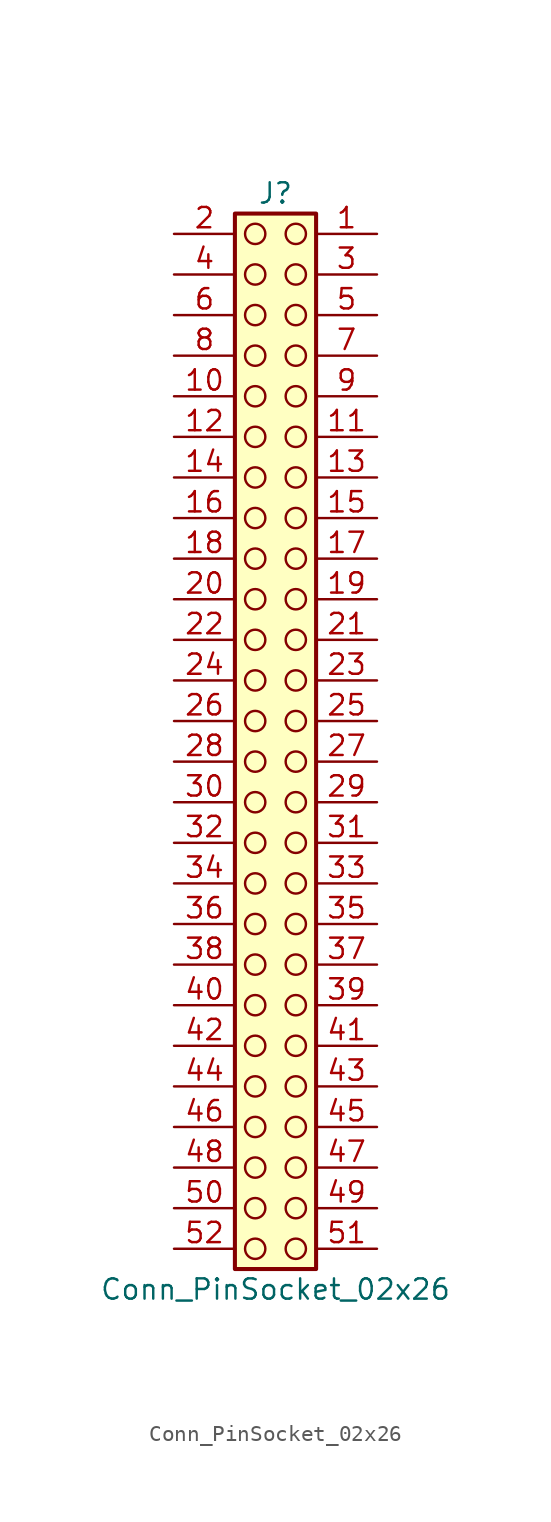
<source format=kicad_sym>
(kicad_symbol_lib
  (version 20241209)
  (generator "kicad_symbol_editor")
  (generator_version "9.0")
  (symbol "Conn_PinSocket_02x26"
    (pin_names
      (offset 1.016)
      (hide yes))
    (property "Reference" "J"
      (at 1.27 33.02 0)
      (effects (font (size 1.27 1.27))))
    (property "Value" "Conn_PinSocket_02x26"
      (at 1.27 -35.56 0)
      (effects (font (size 1.27 1.27))))
    (symbol "Conn_PinSocket_02x26_1_1"
      (rectangle (start -1.27 31.75) (end 3.81 -34.29) (stroke (width 0.254) (type default)) (fill (type background)))
      (circle (center 0 30.48) (radius 0.635) (stroke (width 0) (type solid) (color 132 0 0 1)) (fill (type none)))
      (circle (center 0 27.94) (radius 0.635) (stroke (width 0) (type solid) (color 132 0 0 1)) (fill (type none)))
      (circle (center 0 25.4) (radius 0.635) (stroke (width 0) (type solid) (color 132 0 0 1)) (fill (type none)))
      (circle (center 0 22.86) (radius 0.635) (stroke (width 0) (type solid) (color 132 0 0 1)) (fill (type none)))
      (circle (center 0 20.32) (radius 0.635) (stroke (width 0) (type solid) (color 132 0 0 1)) (fill (type none)))
      (circle (center 0 17.78) (radius 0.635) (stroke (width 0) (type solid) (color 132 0 0 1)) (fill (type none)))
      (circle (center 0 15.24) (radius 0.635) (stroke (width 0) (type solid) (color 132 0 0 1)) (fill (type none)))
      (circle (center 0 12.7) (radius 0.635) (stroke (width 0) (type solid) (color 132 0 0 1)) (fill (type none)))
      (circle (center 0 10.16) (radius 0.635) (stroke (width 0) (type solid) (color 132 0 0 1)) (fill (type none)))
      (circle (center 0 7.62) (radius 0.635) (stroke (width 0) (type solid) (color 132 0 0 1)) (fill (type none)))
      (circle (center 0 5.08) (radius 0.635) (stroke (width 0) (type solid) (color 132 0 0 1)) (fill (type none)))
      (circle (center 0 2.54) (radius 0.635) (stroke (width 0) (type solid) (color 132 0 0 1)) (fill (type none)))
      (circle (center 0 0) (radius 0.635) (stroke (width 0) (type solid) (color 132 0 0 1)) (fill (type none)))
      (circle (center 0 -2.54) (radius 0.635) (stroke (width 0) (type solid) (color 132 0 0 1)) (fill (type none)))
      (circle (center 0 -5.08) (radius 0.635) (stroke (width 0) (type solid) (color 132 0 0 1)) (fill (type none)))
      (circle (center 0 -7.62) (radius 0.635) (stroke (width 0) (type solid) (color 132 0 0 1)) (fill (type none)))
      (circle (center 0 -10.16) (radius 0.635) (stroke (width 0) (type solid) (color 132 0 0 1)) (fill (type none)))
      (circle (center 0 -12.7) (radius 0.635) (stroke (width 0) (type solid) (color 132 0 0 1)) (fill (type none)))
      (circle (center 0 -15.24) (radius 0.635) (stroke (width 0) (type solid) (color 132 0 0 1)) (fill (type none)))
      (circle (center 0 -17.78) (radius 0.635) (stroke (width 0) (type solid) (color 132 0 0 1)) (fill (type none)))
      (circle (center 0 -20.32) (radius 0.635) (stroke (width 0) (type solid) (color 132 0 0 1)) (fill (type none)))
      (circle (center 0 -22.86) (radius 0.635) (stroke (width 0) (type solid) (color 132 0 0 1)) (fill (type none)))
      (circle (center 0 -25.4) (radius 0.635) (stroke (width 0) (type solid) (color 132 0 0 1)) (fill (type none)))
      (circle (center 0 -27.94) (radius 0.635) (stroke (width 0) (type solid) (color 132 0 0 1)) (fill (type none)))
      (circle (center 0 -30.48) (radius 0.635) (stroke (width 0) (type solid) (color 132 0 0 1)) (fill (type none)))
      (circle (center 0 -33.02) (radius 0.635) (stroke (width 0) (type solid) (color 132 0 0 1)) (fill (type none)))
      (circle (center 2.54 30.48) (radius 0.635) (stroke (width 0) (type solid) (color 132 0 0 1)) (fill (type none)))
      (circle (center 2.54 27.94) (radius 0.635) (stroke (width 0) (type solid) (color 132 0 0 1)) (fill (type none)))
      (circle (center 2.54 25.4) (radius 0.635) (stroke (width 0) (type solid) (color 132 0 0 1)) (fill (type none)))
      (circle (center 2.54 22.86) (radius 0.635) (stroke (width 0) (type solid) (color 132 0 0 1)) (fill (type none)))
      (circle (center 2.54 20.32) (radius 0.635) (stroke (width 0) (type solid) (color 132 0 0 1)) (fill (type none)))
      (circle (center 2.54 17.78) (radius 0.635) (stroke (width 0) (type solid) (color 132 0 0 1)) (fill (type none)))
      (circle (center 2.54 15.24) (radius 0.635) (stroke (width 0) (type solid) (color 132 0 0 1)) (fill (type none)))
      (circle (center 2.54 12.7) (radius 0.635) (stroke (width 0) (type solid) (color 132 0 0 1)) (fill (type none)))
      (circle (center 2.54 10.16) (radius 0.635) (stroke (width 0) (type solid) (color 132 0 0 1)) (fill (type none)))
      (circle (center 2.54 7.62) (radius 0.635) (stroke (width 0) (type solid) (color 132 0 0 1)) (fill (type none)))
      (circle (center 2.54 5.08) (radius 0.635) (stroke (width 0) (type solid) (color 132 0 0 1)) (fill (type none)))
      (circle (center 2.54 2.54) (radius 0.635) (stroke (width 0) (type solid) (color 132 0 0 1)) (fill (type none)))
      (circle (center 2.54 0) (radius 0.635) (stroke (width 0) (type solid) (color 132 0 0 1)) (fill (type none)))
      (circle (center 2.54 -2.54) (radius 0.635) (stroke (width 0) (type solid) (color 132 0 0 1)) (fill (type none)))
      (circle (center 2.54 -5.08) (radius 0.635) (stroke (width 0) (type solid) (color 132 0 0 1)) (fill (type none)))
      (circle (center 2.54 -7.62) (radius 0.635) (stroke (width 0) (type solid) (color 132 0 0 1)) (fill (type none)))
      (circle (center 2.54 -10.16) (radius 0.635) (stroke (width 0) (type solid) (color 132 0 0 1)) (fill (type none)))
      (circle (center 2.54 -12.7) (radius 0.635) (stroke (width 0) (type solid) (color 132 0 0 1)) (fill (type none)))
      (circle (center 2.54 -15.24) (radius 0.635) (stroke (width 0) (type solid) (color 132 0 0 1)) (fill (type none)))
      (circle (center 2.54 -17.78) (radius 0.635) (stroke (width 0) (type solid) (color 132 0 0 1)) (fill (type none)))
      (circle (center 2.54 -20.32) (radius 0.635) (stroke (width 0) (type solid) (color 132 0 0 1)) (fill (type none)))
      (circle (center 2.54 -22.86) (radius 0.635) (stroke (width 0) (type solid) (color 132 0 0 1)) (fill (type none)))
      (circle (center 2.54 -25.4) (radius 0.635) (stroke (width 0) (type solid) (color 132 0 0 1)) (fill (type none)))
      (circle (center 2.54 -27.94) (radius 0.635) (stroke (width 0) (type solid) (color 132 0 0 1)) (fill (type none)))
      (circle (center 2.54 -30.48) (radius 0.635) (stroke (width 0) (type solid) (color 132 0 0 1)) (fill (type none)))
      (circle (center 2.54 -33.02) (radius 0.635) (stroke (width 0) (type solid) (color 132 0 0 1)) (fill (type none)))
      (pin passive line (at -5.08 30.48 0) (length 3.81) (name "Pin_2" (effects (font (size 1.27 1.27)))) (number "2" (effects (font (size 1.27 1.27)))))
      (pin passive line (at -5.08 27.94 0) (length 3.81) (name "Pin_4" (effects (font (size 1.27 1.27)))) (number "4" (effects (font (size 1.27 1.27)))))
      (pin passive line (at -5.08 25.4 0) (length 3.81) (name "Pin_6" (effects (font (size 1.27 1.27)))) (number "6" (effects (font (size 1.27 1.27)))))
      (pin passive line (at -5.08 22.86 0) (length 3.81) (name "Pin_8" (effects (font (size 1.27 1.27)))) (number "8" (effects (font (size 1.27 1.27)))))
      (pin passive line (at -5.08 20.32 0) (length 3.81) (name "Pin_10" (effects (font (size 1.27 1.27)))) (number "10" (effects (font (size 1.27 1.27)))))
      (pin passive line (at -5.08 17.78 0) (length 3.81) (name "Pin_12" (effects (font (size 1.27 1.27)))) (number "12" (effects (font (size 1.27 1.27)))))
      (pin passive line (at -5.08 15.24 0) (length 3.81) (name "Pin_14" (effects (font (size 1.27 1.27)))) (number "14" (effects (font (size 1.27 1.27)))))
      (pin passive line (at -5.08 12.7 0) (length 3.81) (name "Pin_16" (effects (font (size 1.27 1.27)))) (number "16" (effects (font (size 1.27 1.27)))))
      (pin passive line (at -5.08 10.16 0) (length 3.81) (name "Pin_18" (effects (font (size 1.27 1.27)))) (number "18" (effects (font (size 1.27 1.27)))))
      (pin passive line (at -5.08 7.62 0) (length 3.81) (name "Pin_20" (effects (font (size 1.27 1.27)))) (number "20" (effects (font (size 1.27 1.27)))))
      (pin passive line (at -5.08 5.08 0) (length 3.81) (name "Pin_22" (effects (font (size 1.27 1.27)))) (number "22" (effects (font (size 1.27 1.27)))))
      (pin passive line (at -5.08 2.54 0) (length 3.81) (name "Pin_24" (effects (font (size 1.27 1.27)))) (number "24" (effects (font (size 1.27 1.27)))))
      (pin passive line (at -5.08 0 0) (length 3.81) (name "Pin_26" (effects (font (size 1.27 1.27)))) (number "26" (effects (font (size 1.27 1.27)))))
      (pin passive line (at -5.08 -2.54 0) (length 3.81) (name "Pin_28" (effects (font (size 1.27 1.27)))) (number "28" (effects (font (size 1.27 1.27)))))
      (pin passive line (at -5.08 -5.08 0) (length 3.81) (name "Pin_30" (effects (font (size 1.27 1.27)))) (number "30" (effects (font (size 1.27 1.27)))))
      (pin passive line (at -5.08 -7.62 0) (length 3.81) (name "Pin_32" (effects (font (size 1.27 1.27)))) (number "32" (effects (font (size 1.27 1.27)))))
      (pin passive line (at -5.08 -10.16 0) (length 3.81) (name "Pin_34" (effects (font (size 1.27 1.27)))) (number "34" (effects (font (size 1.27 1.27)))))
      (pin passive line (at -5.08 -12.7 0) (length 3.81) (name "Pin_36" (effects (font (size 1.27 1.27)))) (number "36" (effects (font (size 1.27 1.27)))))
      (pin passive line (at -5.08 -15.24 0) (length 3.81) (name "Pin_38" (effects (font (size 1.27 1.27)))) (number "38" (effects (font (size 1.27 1.27)))))
      (pin passive line (at -5.08 -17.78 0) (length 3.81) (name "Pin_40" (effects (font (size 1.27 1.27)))) (number "40" (effects (font (size 1.27 1.27)))))
      (pin passive line (at -5.08 -20.32 0) (length 3.81) (name "Pin_42" (effects (font (size 1.27 1.27)))) (number "42" (effects (font (size 1.27 1.27)))))
      (pin passive line (at -5.08 -22.86 0) (length 3.81) (name "Pin_44" (effects (font (size 1.27 1.27)))) (number "44" (effects (font (size 1.27 1.27)))))
      (pin passive line (at -5.08 -25.4 0) (length 3.81) (name "Pin_46" (effects (font (size 1.27 1.27)))) (number "46" (effects (font (size 1.27 1.27)))))
      (pin passive line (at -5.08 -27.94 0) (length 3.81) (name "Pin_48" (effects (font (size 1.27 1.27)))) (number "48" (effects (font (size 1.27 1.27)))))
      (pin passive line (at -5.08 -30.48 0) (length 3.81) (name "Pin_50" (effects (font (size 1.27 1.27)))) (number "50" (effects (font (size 1.27 1.27)))))
      (pin passive line (at -5.08 -33.02 0) (length 3.81) (name "Pin_52" (effects (font (size 1.27 1.27)))) (number "52" (effects (font (size 1.27 1.27)))))
      (pin passive line (at 7.62 30.48 180) (length 3.81) (name "Pin_1" (effects (font (size 1.27 1.27)))) (number "1" (effects (font (size 1.27 1.27)))))
      (pin passive line (at 7.62 27.94 180) (length 3.81) (name "Pin_3" (effects (font (size 1.27 1.27)))) (number "3" (effects (font (size 1.27 1.27)))))
      (pin passive line (at 7.62 25.4 180) (length 3.81) (name "Pin_5" (effects (font (size 1.27 1.27)))) (number "5" (effects (font (size 1.27 1.27)))))
      (pin passive line (at 7.62 22.86 180) (length 3.81) (name "Pin_7" (effects (font (size 1.27 1.27)))) (number "7" (effects (font (size 1.27 1.27)))))
      (pin passive line (at 7.62 20.32 180) (length 3.81) (name "Pin_9" (effects (font (size 1.27 1.27)))) (number "9" (effects (font (size 1.27 1.27)))))
      (pin passive line (at 7.62 17.78 180) (length 3.81) (name "Pin_11" (effects (font (size 1.27 1.27)))) (number "11" (effects (font (size 1.27 1.27)))))
      (pin passive line (at 7.62 15.24 180) (length 3.81) (name "Pin_13" (effects (font (size 1.27 1.27)))) (number "13" (effects (font (size 1.27 1.27)))))
      (pin passive line (at 7.62 12.7 180) (length 3.81) (name "Pin_15" (effects (font (size 1.27 1.27)))) (number "15" (effects (font (size 1.27 1.27)))))
      (pin passive line (at 7.62 10.16 180) (length 3.81) (name "Pin_17" (effects (font (size 1.27 1.27)))) (number "17" (effects (font (size 1.27 1.27)))))
      (pin passive line (at 7.62 7.62 180) (length 3.81) (name "Pin_19" (effects (font (size 1.27 1.27)))) (number "19" (effects (font (size 1.27 1.27)))))
      (pin passive line (at 7.62 5.08 180) (length 3.81) (name "Pin_21" (effects (font (size 1.27 1.27)))) (number "21" (effects (font (size 1.27 1.27)))))
      (pin passive line (at 7.62 2.54 180) (length 3.81) (name "Pin_23" (effects (font (size 1.27 1.27)))) (number "23" (effects (font (size 1.27 1.27)))))
      (pin passive line (at 7.62 0 180) (length 3.81) (name "Pin_25" (effects (font (size 1.27 1.27)))) (number "25" (effects (font (size 1.27 1.27)))))
      (pin passive line (at 7.62 -2.54 180) (length 3.81) (name "Pin_27" (effects (font (size 1.27 1.27)))) (number "27" (effects (font (size 1.27 1.27)))))
      (pin passive line (at 7.62 -5.08 180) (length 3.81) (name "Pin_29" (effects (font (size 1.27 1.27)))) (number "29" (effects (font (size 1.27 1.27)))))
      (pin passive line (at 7.62 -7.62 180) (length 3.81) (name "Pin_31" (effects (font (size 1.27 1.27)))) (number "31" (effects (font (size 1.27 1.27)))))
      (pin passive line (at 7.62 -10.16 180) (length 3.81) (name "Pin_33" (effects (font (size 1.27 1.27)))) (number "33" (effects (font (size 1.27 1.27)))))
      (pin passive line (at 7.62 -12.7 180) (length 3.81) (name "Pin_35" (effects (font (size 1.27 1.27)))) (number "35" (effects (font (size 1.27 1.27)))))
      (pin passive line (at 7.62 -15.24 180) (length 3.81) (name "Pin_37" (effects (font (size 1.27 1.27)))) (number "37" (effects (font (size 1.27 1.27)))))
      (pin passive line (at 7.62 -17.78 180) (length 3.81) (name "Pin_39" (effects (font (size 1.27 1.27)))) (number "39" (effects (font (size 1.27 1.27)))))
      (pin passive line (at 7.62 -20.32 180) (length 3.81) (name "Pin_41" (effects (font (size 1.27 1.27)))) (number "41" (effects (font (size 1.27 1.27)))))
      (pin passive line (at 7.62 -22.86 180) (length 3.81) (name "Pin_43" (effects (font (size 1.27 1.27)))) (number "43" (effects (font (size 1.27 1.27)))))
      (pin passive line (at 7.62 -25.4 180) (length 3.81) (name "Pin_45" (effects (font (size 1.27 1.27)))) (number "45" (effects (font (size 1.27 1.27)))))
      (pin passive line (at 7.62 -27.94 180) (length 3.81) (name "Pin_47" (effects (font (size 1.27 1.27)))) (number "47" (effects (font (size 1.27 1.27)))))
      (pin passive line (at 7.62 -30.48 180) (length 3.81) (name "Pin_49" (effects (font (size 1.27 1.27)))) (number "49" (effects (font (size 1.27 1.27)))))
      (pin passive line (at 7.62 -33.02 180) (length 3.81) (name "Pin_51" (effects (font (size 1.27 1.27)))) (number "51" (effects (font (size 1.27 1.27))))))))
</source>
